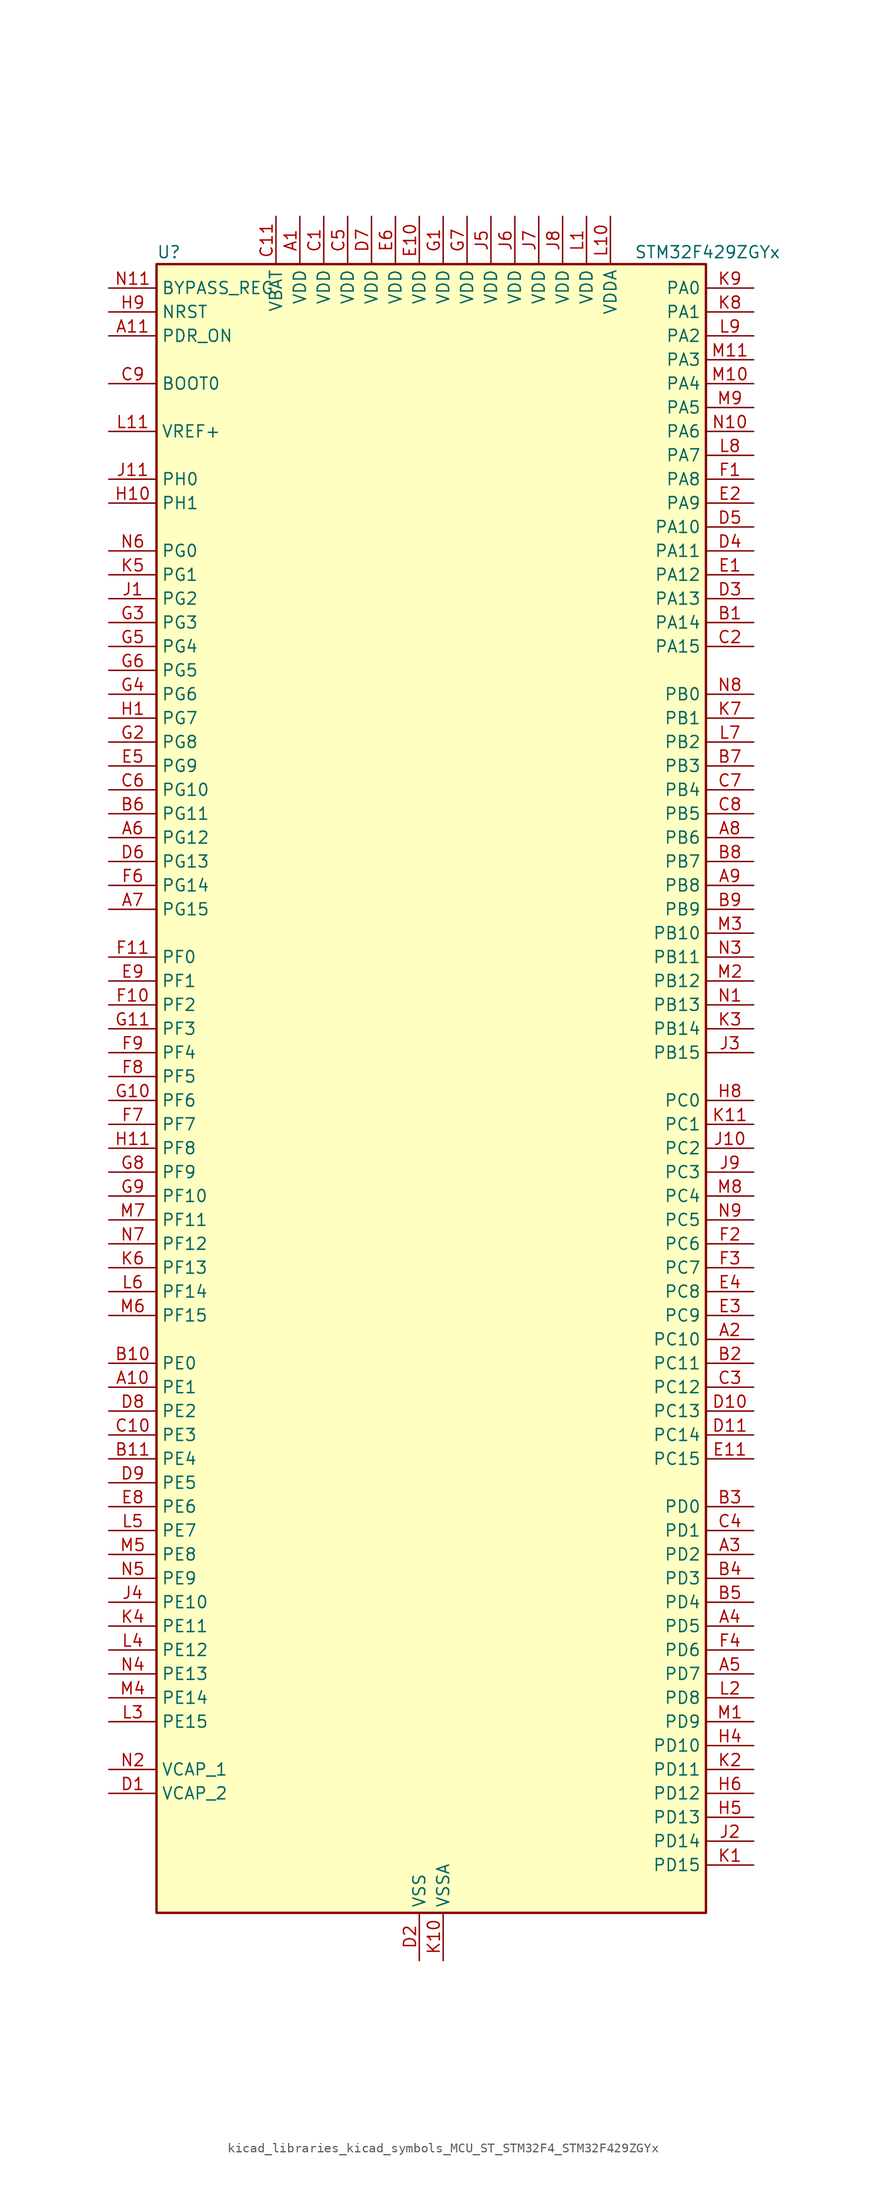
<source format=kicad_sym>
(kicad_symbol_lib
  (version 20220914)
  (generator kicad_symbol_editor)
  (symbol "kicad_libraries_kicad_symbols_MCU_ST_STM32F4_STM32F429ZGYx"
    (property "Reference" "U"
      (at -27.94 90.17 0)
      (effects (font (size 1.27 1.27)) (justify left)))
    (property "Value" "STM32F429ZGYx"
      (at 22.86 90.17 0)
      (effects (font (size 1.27 1.27)) (justify left)))
    (property "ki_locked" ""
      (at 0 0 0)
      (effects (font (size 1.27 1.27))))
    (symbol "kicad_libraries_kicad_symbols_MCU_ST_STM32F4_STM32F429ZGYx_0_1"
      (rectangle (start -27.94 -86.36) (end 30.48 88.9) (stroke (width 0.254) (type default)) (fill (type background))))
    (symbol "kicad_libraries_kicad_symbols_MCU_ST_STM32F4_STM32F429ZGYx_1_1"
      (pin power_in line (at -12.7 93.98 270) (length 5.08) (name "VDD" (effects (font (size 1.27 1.27)))) (number "A1" (effects (font (size 1.27 1.27)))))
      (pin bidirectional line (at -33.02 -30.48 0) (length 5.08) (name "PE1" (effects (font (size 1.27 1.27)))) (number "A10" (effects (font (size 1.27 1.27)))) (alternate "DCMI_D3" bidirectional line) (alternate "FMC_NBL1" bidirectional line) (alternate "UART8_TX" bidirectional line))
      (pin input line (at -33.02 81.28 0) (length 5.08) (name "PDR_ON" (effects (font (size 1.27 1.27)))) (number "A11" (effects (font (size 1.27 1.27)))))
      (pin bidirectional line (at 35.56 -25.4 180) (length 5.08) (name "PC10" (effects (font (size 1.27 1.27)))) (number "A2" (effects (font (size 1.27 1.27)))) (alternate "DCMI_D8" bidirectional line) (alternate "I2S3_CK" bidirectional line) (alternate "LTDC_R2" bidirectional line) (alternate "SDIO_D2" bidirectional line) (alternate "SPI3_SCK" bidirectional line) (alternate "UART4_TX" bidirectional line) (alternate "USART3_TX" bidirectional line))
      (pin bidirectional line (at 35.56 -48.26 180) (length 5.08) (name "PD2" (effects (font (size 1.27 1.27)))) (number "A3" (effects (font (size 1.27 1.27)))) (alternate "DCMI_D11" bidirectional line) (alternate "SDIO_CMD" bidirectional line) (alternate "TIM3_ETR" bidirectional line) (alternate "UART5_RX" bidirectional line))
      (pin bidirectional line (at 35.56 -55.88 180) (length 5.08) (name "PD5" (effects (font (size 1.27 1.27)))) (number "A4" (effects (font (size 1.27 1.27)))) (alternate "FMC_NWE" bidirectional line) (alternate "USART2_TX" bidirectional line))
      (pin bidirectional line (at 35.56 -60.96 180) (length 5.08) (name "PD7" (effects (font (size 1.27 1.27)))) (number "A5" (effects (font (size 1.27 1.27)))) (alternate "FMC_NCE2" bidirectional line) (alternate "FMC_NE1" bidirectional line) (alternate "USART2_CK" bidirectional line))
      (pin bidirectional line (at -33.02 27.94 0) (length 5.08) (name "PG12" (effects (font (size 1.27 1.27)))) (number "A6" (effects (font (size 1.27 1.27)))) (alternate "FMC_NE4" bidirectional line) (alternate "LTDC_B1" bidirectional line) (alternate "LTDC_B4" bidirectional line) (alternate "SPI6_MISO" bidirectional line) (alternate "USART6_RTS" bidirectional line))
      (pin bidirectional line (at -33.02 20.32 0) (length 5.08) (name "PG15" (effects (font (size 1.27 1.27)))) (number "A7" (effects (font (size 1.27 1.27)))) (alternate "ADC1_EXTI15" bidirectional line) (alternate "ADC2_EXTI15" bidirectional line) (alternate "ADC3_EXTI15" bidirectional line) (alternate "DCMI_D13" bidirectional line) (alternate "FMC_SDNCAS" bidirectional line) (alternate "USART6_CTS" bidirectional line))
      (pin bidirectional line (at 35.56 27.94 180) (length 5.08) (name "PB6" (effects (font (size 1.27 1.27)))) (number "A8" (effects (font (size 1.27 1.27)))) (alternate "CAN2_TX" bidirectional line) (alternate "DCMI_D5" bidirectional line) (alternate "FMC_SDNE1" bidirectional line) (alternate "I2C1_SCL" bidirectional line) (alternate "TIM4_CH1" bidirectional line) (alternate "USART1_TX" bidirectional line))
      (pin bidirectional line (at 35.56 22.86 180) (length 5.08) (name "PB8" (effects (font (size 1.27 1.27)))) (number "A9" (effects (font (size 1.27 1.27)))) (alternate "CAN1_RX" bidirectional line) (alternate "DCMI_D6" bidirectional line) (alternate "ETH_TXD3" bidirectional line) (alternate "I2C1_SCL" bidirectional line) (alternate "LTDC_B6" bidirectional line) (alternate "SDIO_D4" bidirectional line) (alternate "TIM10_CH1" bidirectional line) (alternate "TIM4_CH3" bidirectional line))
      (pin bidirectional line (at 35.56 50.8 180) (length 5.08) (name "PA14" (effects (font (size 1.27 1.27)))) (number "B1" (effects (font (size 1.27 1.27)))) (alternate "SYS_JTCK-SWCLK" bidirectional line))
      (pin bidirectional line (at -33.02 -27.94 0) (length 5.08) (name "PE0" (effects (font (size 1.27 1.27)))) (number "B10" (effects (font (size 1.27 1.27)))) (alternate "DCMI_D2" bidirectional line) (alternate "FMC_NBL0" bidirectional line) (alternate "TIM4_ETR" bidirectional line) (alternate "UART8_RX" bidirectional line))
      (pin bidirectional line (at -33.02 -38.1 0) (length 5.08) (name "PE4" (effects (font (size 1.27 1.27)))) (number "B11" (effects (font (size 1.27 1.27)))) (alternate "DCMI_D4" bidirectional line) (alternate "FMC_A20" bidirectional line) (alternate "LTDC_B0" bidirectional line) (alternate "SAI1_FS_A" bidirectional line) (alternate "SPI4_NSS" bidirectional line) (alternate "SYS_TRACED1" bidirectional line))
      (pin bidirectional line (at 35.56 -27.94 180) (length 5.08) (name "PC11" (effects (font (size 1.27 1.27)))) (number "B2" (effects (font (size 1.27 1.27)))) (alternate "ADC1_EXTI11" bidirectional line) (alternate "ADC2_EXTI11" bidirectional line) (alternate "ADC3_EXTI11" bidirectional line) (alternate "DCMI_D4" bidirectional line) (alternate "I2S3_ext_SD" bidirectional line) (alternate "SDIO_D3" bidirectional line) (alternate "SPI3_MISO" bidirectional line) (alternate "UART4_RX" bidirectional line) (alternate "USART3_RX" bidirectional line))
      (pin bidirectional line (at 35.56 -43.18 180) (length 5.08) (name "PD0" (effects (font (size 1.27 1.27)))) (number "B3" (effects (font (size 1.27 1.27)))) (alternate "CAN1_RX" bidirectional line) (alternate "FMC_D2" bidirectional line) (alternate "FMC_DA2" bidirectional line))
      (pin bidirectional line (at 35.56 -50.8 180) (length 5.08) (name "PD3" (effects (font (size 1.27 1.27)))) (number "B4" (effects (font (size 1.27 1.27)))) (alternate "DCMI_D5" bidirectional line) (alternate "FMC_CLK" bidirectional line) (alternate "I2S2_CK" bidirectional line) (alternate "LTDC_G7" bidirectional line) (alternate "SPI2_SCK" bidirectional line) (alternate "USART2_CTS" bidirectional line))
      (pin bidirectional line (at 35.56 -53.34 180) (length 5.08) (name "PD4" (effects (font (size 1.27 1.27)))) (number "B5" (effects (font (size 1.27 1.27)))) (alternate "FMC_NOE" bidirectional line) (alternate "USART2_RTS" bidirectional line))
      (pin bidirectional line (at -33.02 30.48 0) (length 5.08) (name "PG11" (effects (font (size 1.27 1.27)))) (number "B6" (effects (font (size 1.27 1.27)))) (alternate "ADC1_EXTI11" bidirectional line) (alternate "ADC2_EXTI11" bidirectional line) (alternate "ADC3_EXTI11" bidirectional line) (alternate "DCMI_D3" bidirectional line) (alternate "ETH_TX_EN" bidirectional line) (alternate "FMC_NCE4_2" bidirectional line) (alternate "LTDC_B3" bidirectional line))
      (pin bidirectional line (at 35.56 35.56 180) (length 5.08) (name "PB3" (effects (font (size 1.27 1.27)))) (number "B7" (effects (font (size 1.27 1.27)))) (alternate "I2S3_CK" bidirectional line) (alternate "SPI1_SCK" bidirectional line) (alternate "SPI3_SCK" bidirectional line) (alternate "SYS_JTDO-SWO" bidirectional line) (alternate "TIM2_CH2" bidirectional line))
      (pin bidirectional line (at 35.56 25.4 180) (length 5.08) (name "PB7" (effects (font (size 1.27 1.27)))) (number "B8" (effects (font (size 1.27 1.27)))) (alternate "DCMI_VSYNC" bidirectional line) (alternate "FMC_NL" bidirectional line) (alternate "I2C1_SDA" bidirectional line) (alternate "TIM4_CH2" bidirectional line) (alternate "USART1_RX" bidirectional line))
      (pin bidirectional line (at 35.56 20.32 180) (length 5.08) (name "PB9" (effects (font (size 1.27 1.27)))) (number "B9" (effects (font (size 1.27 1.27)))) (alternate "CAN1_TX" bidirectional line) (alternate "DAC_EXTI9" bidirectional line) (alternate "DCMI_D7" bidirectional line) (alternate "I2C1_SDA" bidirectional line) (alternate "I2S2_WS" bidirectional line) (alternate "LTDC_B7" bidirectional line) (alternate "SDIO_D5" bidirectional line) (alternate "SPI2_NSS" bidirectional line) (alternate "TIM11_CH1" bidirectional line) (alternate "TIM4_CH4" bidirectional line))
      (pin power_in line (at -10.16 93.98 270) (length 5.08) (name "VDD" (effects (font (size 1.27 1.27)))) (number "C1" (effects (font (size 1.27 1.27)))))
      (pin bidirectional line (at -33.02 -35.56 0) (length 5.08) (name "PE3" (effects (font (size 1.27 1.27)))) (number "C10" (effects (font (size 1.27 1.27)))) (alternate "FMC_A19" bidirectional line) (alternate "SAI1_SD_B" bidirectional line) (alternate "SYS_TRACED0" bidirectional line))
      (pin power_in line (at -15.24 93.98 270) (length 5.08) (name "VBAT" (effects (font (size 1.27 1.27)))) (number "C11" (effects (font (size 1.27 1.27)))))
      (pin bidirectional line (at 35.56 48.26 180) (length 5.08) (name "PA15" (effects (font (size 1.27 1.27)))) (number "C2" (effects (font (size 1.27 1.27)))) (alternate "ADC1_EXTI15" bidirectional line) (alternate "ADC2_EXTI15" bidirectional line) (alternate "ADC3_EXTI15" bidirectional line) (alternate "I2S3_WS" bidirectional line) (alternate "SPI1_NSS" bidirectional line) (alternate "SPI3_NSS" bidirectional line) (alternate "SYS_JTDI" bidirectional line) (alternate "TIM2_CH1" bidirectional line) (alternate "TIM2_ETR" bidirectional line))
      (pin bidirectional line (at 35.56 -30.48 180) (length 5.08) (name "PC12" (effects (font (size 1.27 1.27)))) (number "C3" (effects (font (size 1.27 1.27)))) (alternate "DCMI_D9" bidirectional line) (alternate "I2S3_SD" bidirectional line) (alternate "SDIO_CK" bidirectional line) (alternate "SPI3_MOSI" bidirectional line) (alternate "UART5_TX" bidirectional line) (alternate "USART3_CK" bidirectional line))
      (pin bidirectional line (at 35.56 -45.72 180) (length 5.08) (name "PD1" (effects (font (size 1.27 1.27)))) (number "C4" (effects (font (size 1.27 1.27)))) (alternate "CAN1_TX" bidirectional line) (alternate "FMC_D3" bidirectional line) (alternate "FMC_DA3" bidirectional line))
      (pin power_in line (at -7.62 93.98 270) (length 5.08) (name "VDD" (effects (font (size 1.27 1.27)))) (number "C5" (effects (font (size 1.27 1.27)))))
      (pin bidirectional line (at -33.02 33.02 0) (length 5.08) (name "PG10" (effects (font (size 1.27 1.27)))) (number "C6" (effects (font (size 1.27 1.27)))) (alternate "DCMI_D2" bidirectional line) (alternate "FMC_NCE4_1" bidirectional line) (alternate "FMC_NE3" bidirectional line) (alternate "LTDC_B2" bidirectional line) (alternate "LTDC_G3" bidirectional line))
      (pin bidirectional line (at 35.56 33.02 180) (length 5.08) (name "PB4" (effects (font (size 1.27 1.27)))) (number "C7" (effects (font (size 1.27 1.27)))) (alternate "I2S3_ext_SD" bidirectional line) (alternate "SPI1_MISO" bidirectional line) (alternate "SPI3_MISO" bidirectional line) (alternate "SYS_JTRST" bidirectional line) (alternate "TIM3_CH1" bidirectional line))
      (pin bidirectional line (at 35.56 30.48 180) (length 5.08) (name "PB5" (effects (font (size 1.27 1.27)))) (number "C8" (effects (font (size 1.27 1.27)))) (alternate "CAN2_RX" bidirectional line) (alternate "DCMI_D10" bidirectional line) (alternate "ETH_PPS_OUT" bidirectional line) (alternate "FMC_SDCKE1" bidirectional line) (alternate "I2C1_SMBA" bidirectional line) (alternate "I2S3_SD" bidirectional line) (alternate "SPI1_MOSI" bidirectional line) (alternate "SPI3_MOSI" bidirectional line) (alternate "TIM3_CH2" bidirectional line) (alternate "USB_OTG_HS_ULPI_D7" bidirectional line))
      (pin input line (at -33.02 76.2 0) (length 5.08) (name "BOOT0" (effects (font (size 1.27 1.27)))) (number "C9" (effects (font (size 1.27 1.27)))))
      (pin power_out line (at -33.02 -73.66 0) (length 5.08) (name "VCAP_2" (effects (font (size 1.27 1.27)))) (number "D1" (effects (font (size 1.27 1.27)))))
      (pin bidirectional line (at 35.56 -33.02 180) (length 5.08) (name "PC13" (effects (font (size 1.27 1.27)))) (number "D10" (effects (font (size 1.27 1.27)))) (alternate "RTC_AF1" bidirectional line))
      (pin bidirectional line (at 35.56 -35.56 180) (length 5.08) (name "PC14" (effects (font (size 1.27 1.27)))) (number "D11" (effects (font (size 1.27 1.27)))) (alternate "RCC_OSC32_IN" bidirectional line))
      (pin power_in line (at 0 -91.44 90) (length 5.08) (name "VSS" (effects (font (size 1.27 1.27)))) (number "D2" (effects (font (size 1.27 1.27)))))
      (pin bidirectional line (at 35.56 53.34 180) (length 5.08) (name "PA13" (effects (font (size 1.27 1.27)))) (number "D3" (effects (font (size 1.27 1.27)))) (alternate "SYS_JTMS-SWDIO" bidirectional line))
      (pin bidirectional line (at 35.56 58.42 180) (length 5.08) (name "PA11" (effects (font (size 1.27 1.27)))) (number "D4" (effects (font (size 1.27 1.27)))) (alternate "ADC1_EXTI11" bidirectional line) (alternate "ADC2_EXTI11" bidirectional line) (alternate "ADC3_EXTI11" bidirectional line) (alternate "CAN1_RX" bidirectional line) (alternate "LTDC_R4" bidirectional line) (alternate "TIM1_CH4" bidirectional line) (alternate "USART1_CTS" bidirectional line) (alternate "USB_OTG_FS_DM" bidirectional line))
      (pin bidirectional line (at 35.56 60.96 180) (length 5.08) (name "PA10" (effects (font (size 1.27 1.27)))) (number "D5" (effects (font (size 1.27 1.27)))) (alternate "DCMI_D1" bidirectional line) (alternate "TIM1_CH3" bidirectional line) (alternate "USART1_RX" bidirectional line) (alternate "USB_OTG_FS_ID" bidirectional line))
      (pin bidirectional line (at -33.02 25.4 0) (length 5.08) (name "PG13" (effects (font (size 1.27 1.27)))) (number "D6" (effects (font (size 1.27 1.27)))) (alternate "ETH_TXD0" bidirectional line) (alternate "FMC_A24" bidirectional line) (alternate "SPI6_SCK" bidirectional line) (alternate "USART6_CTS" bidirectional line))
      (pin power_in line (at -5.08 93.98 270) (length 5.08) (name "VDD" (effects (font (size 1.27 1.27)))) (number "D7" (effects (font (size 1.27 1.27)))))
      (pin bidirectional line (at -33.02 -33.02 0) (length 5.08) (name "PE2" (effects (font (size 1.27 1.27)))) (number "D8" (effects (font (size 1.27 1.27)))) (alternate "ETH_TXD3" bidirectional line) (alternate "FMC_A23" bidirectional line) (alternate "SAI1_MCLK_A" bidirectional line) (alternate "SPI4_SCK" bidirectional line) (alternate "SYS_TRACECLK" bidirectional line))
      (pin bidirectional line (at -33.02 -40.64 0) (length 5.08) (name "PE5" (effects (font (size 1.27 1.27)))) (number "D9" (effects (font (size 1.27 1.27)))) (alternate "DCMI_D6" bidirectional line) (alternate "FMC_A21" bidirectional line) (alternate "LTDC_G0" bidirectional line) (alternate "SAI1_SCK_A" bidirectional line) (alternate "SPI4_MISO" bidirectional line) (alternate "SYS_TRACED2" bidirectional line) (alternate "TIM9_CH1" bidirectional line))
      (pin bidirectional line (at 35.56 55.88 180) (length 5.08) (name "PA12" (effects (font (size 1.27 1.27)))) (number "E1" (effects (font (size 1.27 1.27)))) (alternate "CAN1_TX" bidirectional line) (alternate "LTDC_R5" bidirectional line) (alternate "TIM1_ETR" bidirectional line) (alternate "USART1_RTS" bidirectional line) (alternate "USB_OTG_FS_DP" bidirectional line))
      (pin power_in line (at 0 93.98 270) (length 5.08) (name "VDD" (effects (font (size 1.27 1.27)))) (number "E10" (effects (font (size 1.27 1.27)))))
      (pin bidirectional line (at 35.56 -38.1 180) (length 5.08) (name "PC15" (effects (font (size 1.27 1.27)))) (number "E11" (effects (font (size 1.27 1.27)))) (alternate "ADC1_EXTI15" bidirectional line) (alternate "ADC2_EXTI15" bidirectional line) (alternate "ADC3_EXTI15" bidirectional line) (alternate "RCC_OSC32_OUT" bidirectional line))
      (pin bidirectional line (at 35.56 63.5 180) (length 5.08) (name "PA9" (effects (font (size 1.27 1.27)))) (number "E2" (effects (font (size 1.27 1.27)))) (alternate "DAC_EXTI9" bidirectional line) (alternate "DCMI_D0" bidirectional line) (alternate "I2C3_SMBA" bidirectional line) (alternate "TIM1_CH2" bidirectional line) (alternate "USART1_TX" bidirectional line) (alternate "USB_OTG_FS_VBUS" bidirectional line))
      (pin bidirectional line (at 35.56 -22.86 180) (length 5.08) (name "PC9" (effects (font (size 1.27 1.27)))) (number "E3" (effects (font (size 1.27 1.27)))) (alternate "DAC_EXTI9" bidirectional line) (alternate "DCMI_D3" bidirectional line) (alternate "I2C3_SDA" bidirectional line) (alternate "I2S_CKIN" bidirectional line) (alternate "RCC_MCO_2" bidirectional line) (alternate "SDIO_D1" bidirectional line) (alternate "TIM3_CH4" bidirectional line) (alternate "TIM8_CH4" bidirectional line))
      (pin bidirectional line (at 35.56 -20.32 180) (length 5.08) (name "PC8" (effects (font (size 1.27 1.27)))) (number "E4" (effects (font (size 1.27 1.27)))) (alternate "DCMI_D2" bidirectional line) (alternate "SDIO_D0" bidirectional line) (alternate "TIM3_CH3" bidirectional line) (alternate "TIM8_CH3" bidirectional line) (alternate "USART6_CK" bidirectional line))
      (pin bidirectional line (at -33.02 35.56 0) (length 5.08) (name "PG9" (effects (font (size 1.27 1.27)))) (number "E5" (effects (font (size 1.27 1.27)))) (alternate "DAC_EXTI9" bidirectional line) (alternate "DCMI_VSYNC" bidirectional line) (alternate "FMC_NCE3" bidirectional line) (alternate "FMC_NE2" bidirectional line) (alternate "USART6_RX" bidirectional line))
      (pin power_in line (at -2.54 93.98 270) (length 5.08) (name "VDD" (effects (font (size 1.27 1.27)))) (number "E6" (effects (font (size 1.27 1.27)))))
      (pin passive line (at 0 -91.44 90) (length 5.08) hide (name "VSS" (effects (font (size 1.27 1.27)))) (number "E7" (effects (font (size 1.27 1.27)))))
      (pin bidirectional line (at -33.02 -43.18 0) (length 5.08) (name "PE6" (effects (font (size 1.27 1.27)))) (number "E8" (effects (font (size 1.27 1.27)))) (alternate "DCMI_D7" bidirectional line) (alternate "FMC_A22" bidirectional line) (alternate "LTDC_G1" bidirectional line) (alternate "SAI1_SD_A" bidirectional line) (alternate "SPI4_MOSI" bidirectional line) (alternate "SYS_TRACED3" bidirectional line) (alternate "TIM9_CH2" bidirectional line))
      (pin bidirectional line (at -33.02 12.7 0) (length 5.08) (name "PF1" (effects (font (size 1.27 1.27)))) (number "E9" (effects (font (size 1.27 1.27)))) (alternate "FMC_A1" bidirectional line) (alternate "I2C2_SCL" bidirectional line))
      (pin bidirectional line (at 35.56 66.04 180) (length 5.08) (name "PA8" (effects (font (size 1.27 1.27)))) (number "F1" (effects (font (size 1.27 1.27)))) (alternate "I2C3_SCL" bidirectional line) (alternate "LTDC_R6" bidirectional line) (alternate "RCC_MCO_1" bidirectional line) (alternate "TIM1_CH1" bidirectional line) (alternate "USART1_CK" bidirectional line) (alternate "USB_OTG_FS_SOF" bidirectional line))
      (pin bidirectional line (at -33.02 10.16 0) (length 5.08) (name "PF2" (effects (font (size 1.27 1.27)))) (number "F10" (effects (font (size 1.27 1.27)))) (alternate "FMC_A2" bidirectional line) (alternate "I2C2_SMBA" bidirectional line))
      (pin bidirectional line (at -33.02 15.24 0) (length 5.08) (name "PF0" (effects (font (size 1.27 1.27)))) (number "F11" (effects (font (size 1.27 1.27)))) (alternate "FMC_A0" bidirectional line) (alternate "I2C2_SDA" bidirectional line))
      (pin bidirectional line (at 35.56 -15.24 180) (length 5.08) (name "PC6" (effects (font (size 1.27 1.27)))) (number "F2" (effects (font (size 1.27 1.27)))) (alternate "DCMI_D0" bidirectional line) (alternate "I2S2_MCK" bidirectional line) (alternate "LTDC_HSYNC" bidirectional line) (alternate "SDIO_D6" bidirectional line) (alternate "TIM3_CH1" bidirectional line) (alternate "TIM8_CH1" bidirectional line) (alternate "USART6_TX" bidirectional line))
      (pin bidirectional line (at 35.56 -17.78 180) (length 5.08) (name "PC7" (effects (font (size 1.27 1.27)))) (number "F3" (effects (font (size 1.27 1.27)))) (alternate "DCMI_D1" bidirectional line) (alternate "I2S3_MCK" bidirectional line) (alternate "LTDC_G6" bidirectional line) (alternate "SDIO_D7" bidirectional line) (alternate "TIM3_CH2" bidirectional line) (alternate "TIM8_CH2" bidirectional line) (alternate "USART6_RX" bidirectional line))
      (pin bidirectional line (at 35.56 -58.42 180) (length 5.08) (name "PD6" (effects (font (size 1.27 1.27)))) (number "F4" (effects (font (size 1.27 1.27)))) (alternate "DCMI_D10" bidirectional line) (alternate "FMC_NWAIT" bidirectional line) (alternate "I2S3_SD" bidirectional line) (alternate "LTDC_B2" bidirectional line) (alternate "SAI1_SD_A" bidirectional line) (alternate "SPI3_MOSI" bidirectional line) (alternate "USART2_RX" bidirectional line))
      (pin passive line (at 0 -91.44 90) (length 5.08) hide (name "VSS" (effects (font (size 1.27 1.27)))) (number "F5" (effects (font (size 1.27 1.27)))))
      (pin bidirectional line (at -33.02 22.86 0) (length 5.08) (name "PG14" (effects (font (size 1.27 1.27)))) (number "F6" (effects (font (size 1.27 1.27)))) (alternate "ETH_TXD1" bidirectional line) (alternate "FMC_A25" bidirectional line) (alternate "SPI6_MOSI" bidirectional line) (alternate "USART6_TX" bidirectional line))
      (pin bidirectional line (at -33.02 -2.54 0) (length 5.08) (name "PF7" (effects (font (size 1.27 1.27)))) (number "F7" (effects (font (size 1.27 1.27)))) (alternate "ADC3_IN5" bidirectional line) (alternate "FMC_NREG" bidirectional line) (alternate "SAI1_MCLK_B" bidirectional line) (alternate "SPI5_SCK" bidirectional line) (alternate "TIM11_CH1" bidirectional line) (alternate "UART7_TX" bidirectional line))
      (pin bidirectional line (at -33.02 2.54 0) (length 5.08) (name "PF5" (effects (font (size 1.27 1.27)))) (number "F8" (effects (font (size 1.27 1.27)))) (alternate "ADC3_IN15" bidirectional line) (alternate "FMC_A5" bidirectional line))
      (pin bidirectional line (at -33.02 5.08 0) (length 5.08) (name "PF4" (effects (font (size 1.27 1.27)))) (number "F9" (effects (font (size 1.27 1.27)))) (alternate "ADC3_IN14" bidirectional line) (alternate "FMC_A4" bidirectional line))
      (pin power_in line (at 2.54 93.98 270) (length 5.08) (name "VDD" (effects (font (size 1.27 1.27)))) (number "G1" (effects (font (size 1.27 1.27)))))
      (pin bidirectional line (at -33.02 0 0) (length 5.08) (name "PF6" (effects (font (size 1.27 1.27)))) (number "G10" (effects (font (size 1.27 1.27)))) (alternate "ADC3_IN4" bidirectional line) (alternate "FMC_NIORD" bidirectional line) (alternate "SAI1_SD_B" bidirectional line) (alternate "SPI5_NSS" bidirectional line) (alternate "TIM10_CH1" bidirectional line) (alternate "UART7_RX" bidirectional line))
      (pin bidirectional line (at -33.02 7.62 0) (length 5.08) (name "PF3" (effects (font (size 1.27 1.27)))) (number "G11" (effects (font (size 1.27 1.27)))) (alternate "ADC3_IN9" bidirectional line) (alternate "FMC_A3" bidirectional line))
      (pin bidirectional line (at -33.02 38.1 0) (length 5.08) (name "PG8" (effects (font (size 1.27 1.27)))) (number "G2" (effects (font (size 1.27 1.27)))) (alternate "ETH_PPS_OUT" bidirectional line) (alternate "FMC_SDCLK" bidirectional line) (alternate "SPI6_NSS" bidirectional line) (alternate "USART6_RTS" bidirectional line))
      (pin bidirectional line (at -33.02 50.8 0) (length 5.08) (name "PG3" (effects (font (size 1.27 1.27)))) (number "G3" (effects (font (size 1.27 1.27)))) (alternate "FMC_A13" bidirectional line))
      (pin bidirectional line (at -33.02 43.18 0) (length 5.08) (name "PG6" (effects (font (size 1.27 1.27)))) (number "G4" (effects (font (size 1.27 1.27)))) (alternate "DCMI_D12" bidirectional line) (alternate "FMC_INT2" bidirectional line) (alternate "LTDC_R7" bidirectional line))
      (pin bidirectional line (at -33.02 48.26 0) (length 5.08) (name "PG4" (effects (font (size 1.27 1.27)))) (number "G5" (effects (font (size 1.27 1.27)))) (alternate "FMC_A14" bidirectional line) (alternate "FMC_BA0" bidirectional line))
      (pin bidirectional line (at -33.02 45.72 0) (length 5.08) (name "PG5" (effects (font (size 1.27 1.27)))) (number "G6" (effects (font (size 1.27 1.27)))) (alternate "FMC_A15" bidirectional line) (alternate "FMC_BA1" bidirectional line))
      (pin power_in line (at 5.08 93.98 270) (length 5.08) (name "VDD" (effects (font (size 1.27 1.27)))) (number "G7" (effects (font (size 1.27 1.27)))))
      (pin bidirectional line (at -33.02 -7.62 0) (length 5.08) (name "PF9" (effects (font (size 1.27 1.27)))) (number "G8" (effects (font (size 1.27 1.27)))) (alternate "ADC3_IN7" bidirectional line) (alternate "DAC_EXTI9" bidirectional line) (alternate "FMC_CD" bidirectional line) (alternate "SAI1_FS_B" bidirectional line) (alternate "SPI5_MOSI" bidirectional line) (alternate "TIM14_CH1" bidirectional line))
      (pin bidirectional line (at -33.02 -10.16 0) (length 5.08) (name "PF10" (effects (font (size 1.27 1.27)))) (number "G9" (effects (font (size 1.27 1.27)))) (alternate "ADC3_IN8" bidirectional line) (alternate "DCMI_D11" bidirectional line) (alternate "FMC_INTR" bidirectional line) (alternate "LTDC_DE" bidirectional line))
      (pin bidirectional line (at -33.02 40.64 0) (length 5.08) (name "PG7" (effects (font (size 1.27 1.27)))) (number "H1" (effects (font (size 1.27 1.27)))) (alternate "DCMI_D13" bidirectional line) (alternate "FMC_INT3" bidirectional line) (alternate "LTDC_CLK" bidirectional line) (alternate "USART6_CK" bidirectional line))
      (pin bidirectional line (at -33.02 63.5 0) (length 5.08) (name "PH1" (effects (font (size 1.27 1.27)))) (number "H10" (effects (font (size 1.27 1.27)))) (alternate "RCC_OSC_OUT" bidirectional line))
      (pin bidirectional line (at -33.02 -5.08 0) (length 5.08) (name "PF8" (effects (font (size 1.27 1.27)))) (number "H11" (effects (font (size 1.27 1.27)))) (alternate "ADC3_IN6" bidirectional line) (alternate "FMC_NIOWR" bidirectional line) (alternate "SAI1_SCK_B" bidirectional line) (alternate "SPI5_MISO" bidirectional line) (alternate "TIM13_CH1" bidirectional line))
      (pin passive line (at 0 -91.44 90) (length 5.08) hide (name "VSS" (effects (font (size 1.27 1.27)))) (number "H2" (effects (font (size 1.27 1.27)))))
      (pin passive line (at 0 -91.44 90) (length 5.08) hide (name "VSS" (effects (font (size 1.27 1.27)))) (number "H3" (effects (font (size 1.27 1.27)))))
      (pin bidirectional line (at 35.56 -68.58 180) (length 5.08) (name "PD10" (effects (font (size 1.27 1.27)))) (number "H4" (effects (font (size 1.27 1.27)))) (alternate "FMC_D15" bidirectional line) (alternate "FMC_DA15" bidirectional line) (alternate "LTDC_B3" bidirectional line) (alternate "USART3_CK" bidirectional line))
      (pin bidirectional line (at 35.56 -76.2 180) (length 5.08) (name "PD13" (effects (font (size 1.27 1.27)))) (number "H5" (effects (font (size 1.27 1.27)))) (alternate "FMC_A18" bidirectional line) (alternate "TIM4_CH2" bidirectional line))
      (pin bidirectional line (at 35.56 -73.66 180) (length 5.08) (name "PD12" (effects (font (size 1.27 1.27)))) (number "H6" (effects (font (size 1.27 1.27)))) (alternate "FMC_A17" bidirectional line) (alternate "FMC_ALE" bidirectional line) (alternate "TIM4_CH1" bidirectional line) (alternate "USART3_RTS" bidirectional line))
      (pin passive line (at 0 -91.44 90) (length 5.08) hide (name "VSS" (effects (font (size 1.27 1.27)))) (number "H7" (effects (font (size 1.27 1.27)))))
      (pin bidirectional line (at 35.56 0 180) (length 5.08) (name "PC0" (effects (font (size 1.27 1.27)))) (number "H8" (effects (font (size 1.27 1.27)))) (alternate "ADC1_IN10" bidirectional line) (alternate "ADC2_IN10" bidirectional line) (alternate "ADC3_IN10" bidirectional line) (alternate "FMC_SDNWE" bidirectional line) (alternate "USB_OTG_HS_ULPI_STP" bidirectional line))
      (pin input line (at -33.02 83.82 0) (length 5.08) (name "NRST" (effects (font (size 1.27 1.27)))) (number "H9" (effects (font (size 1.27 1.27)))))
      (pin bidirectional line (at -33.02 53.34 0) (length 5.08) (name "PG2" (effects (font (size 1.27 1.27)))) (number "J1" (effects (font (size 1.27 1.27)))) (alternate "FMC_A12" bidirectional line))
      (pin bidirectional line (at 35.56 -5.08 180) (length 5.08) (name "PC2" (effects (font (size 1.27 1.27)))) (number "J10" (effects (font (size 1.27 1.27)))) (alternate "ADC1_IN12" bidirectional line) (alternate "ADC2_IN12" bidirectional line) (alternate "ADC3_IN12" bidirectional line) (alternate "ETH_TXD2" bidirectional line) (alternate "FMC_SDNE0" bidirectional line) (alternate "I2S2_ext_SD" bidirectional line) (alternate "SPI2_MISO" bidirectional line) (alternate "USB_OTG_HS_ULPI_DIR" bidirectional line))
      (pin bidirectional line (at -33.02 66.04 0) (length 5.08) (name "PH0" (effects (font (size 1.27 1.27)))) (number "J11" (effects (font (size 1.27 1.27)))) (alternate "RCC_OSC_IN" bidirectional line))
      (pin bidirectional line (at 35.56 -78.74 180) (length 5.08) (name "PD14" (effects (font (size 1.27 1.27)))) (number "J2" (effects (font (size 1.27 1.27)))) (alternate "FMC_D0" bidirectional line) (alternate "FMC_DA0" bidirectional line) (alternate "TIM4_CH3" bidirectional line))
      (pin bidirectional line (at 35.56 5.08 180) (length 5.08) (name "PB15" (effects (font (size 1.27 1.27)))) (number "J3" (effects (font (size 1.27 1.27)))) (alternate "ADC1_EXTI15" bidirectional line) (alternate "ADC2_EXTI15" bidirectional line) (alternate "ADC3_EXTI15" bidirectional line) (alternate "I2S2_SD" bidirectional line) (alternate "RTC_REFIN" bidirectional line) (alternate "SPI2_MOSI" bidirectional line) (alternate "TIM12_CH2" bidirectional line) (alternate "TIM1_CH3N" bidirectional line) (alternate "TIM8_CH3N" bidirectional line) (alternate "USB_OTG_HS_DP" bidirectional line))
      (pin bidirectional line (at -33.02 -53.34 0) (length 5.08) (name "PE10" (effects (font (size 1.27 1.27)))) (number "J4" (effects (font (size 1.27 1.27)))) (alternate "FMC_D7" bidirectional line) (alternate "FMC_DA7" bidirectional line) (alternate "TIM1_CH2N" bidirectional line))
      (pin power_in line (at 7.62 93.98 270) (length 5.08) (name "VDD" (effects (font (size 1.27 1.27)))) (number "J5" (effects (font (size 1.27 1.27)))))
      (pin power_in line (at 10.16 93.98 270) (length 5.08) (name "VDD" (effects (font (size 1.27 1.27)))) (number "J6" (effects (font (size 1.27 1.27)))))
      (pin power_in line (at 12.7 93.98 270) (length 5.08) (name "VDD" (effects (font (size 1.27 1.27)))) (number "J7" (effects (font (size 1.27 1.27)))))
      (pin power_in line (at 15.24 93.98 270) (length 5.08) (name "VDD" (effects (font (size 1.27 1.27)))) (number "J8" (effects (font (size 1.27 1.27)))))
      (pin bidirectional line (at 35.56 -7.62 180) (length 5.08) (name "PC3" (effects (font (size 1.27 1.27)))) (number "J9" (effects (font (size 1.27 1.27)))) (alternate "ADC1_IN13" bidirectional line) (alternate "ADC2_IN13" bidirectional line) (alternate "ADC3_IN13" bidirectional line) (alternate "ETH_TX_CLK" bidirectional line) (alternate "FMC_SDCKE0" bidirectional line) (alternate "I2S2_SD" bidirectional line) (alternate "SPI2_MOSI" bidirectional line) (alternate "USB_OTG_HS_ULPI_NXT" bidirectional line))
      (pin bidirectional line (at 35.56 -81.28 180) (length 5.08) (name "PD15" (effects (font (size 1.27 1.27)))) (number "K1" (effects (font (size 1.27 1.27)))) (alternate "ADC1_EXTI15" bidirectional line) (alternate "ADC2_EXTI15" bidirectional line) (alternate "ADC3_EXTI15" bidirectional line) (alternate "FMC_D1" bidirectional line) (alternate "FMC_DA1" bidirectional line) (alternate "TIM4_CH4" bidirectional line))
      (pin power_in line (at 2.54 -91.44 90) (length 5.08) (name "VSSA" (effects (font (size 1.27 1.27)))) (number "K10" (effects (font (size 1.27 1.27)))))
      (pin bidirectional line (at 35.56 -2.54 180) (length 5.08) (name "PC1" (effects (font (size 1.27 1.27)))) (number "K11" (effects (font (size 1.27 1.27)))) (alternate "ADC1_IN11" bidirectional line) (alternate "ADC2_IN11" bidirectional line) (alternate "ADC3_IN11" bidirectional line) (alternate "ETH_MDC" bidirectional line))
      (pin bidirectional line (at 35.56 -71.12 180) (length 5.08) (name "PD11" (effects (font (size 1.27 1.27)))) (number "K2" (effects (font (size 1.27 1.27)))) (alternate "ADC1_EXTI11" bidirectional line) (alternate "ADC2_EXTI11" bidirectional line) (alternate "ADC3_EXTI11" bidirectional line) (alternate "FMC_A16" bidirectional line) (alternate "FMC_CLE" bidirectional line) (alternate "USART3_CTS" bidirectional line))
      (pin bidirectional line (at 35.56 7.62 180) (length 5.08) (name "PB14" (effects (font (size 1.27 1.27)))) (number "K3" (effects (font (size 1.27 1.27)))) (alternate "I2S2_ext_SD" bidirectional line) (alternate "SPI2_MISO" bidirectional line) (alternate "TIM12_CH1" bidirectional line) (alternate "TIM1_CH2N" bidirectional line) (alternate "TIM8_CH2N" bidirectional line) (alternate "USART3_RTS" bidirectional line) (alternate "USB_OTG_HS_DM" bidirectional line))
      (pin bidirectional line (at -33.02 -55.88 0) (length 5.08) (name "PE11" (effects (font (size 1.27 1.27)))) (number "K4" (effects (font (size 1.27 1.27)))) (alternate "ADC1_EXTI11" bidirectional line) (alternate "ADC2_EXTI11" bidirectional line) (alternate "ADC3_EXTI11" bidirectional line) (alternate "FMC_D8" bidirectional line) (alternate "FMC_DA8" bidirectional line) (alternate "LTDC_G3" bidirectional line) (alternate "SPI4_NSS" bidirectional line) (alternate "TIM1_CH2" bidirectional line))
      (pin bidirectional line (at -33.02 55.88 0) (length 5.08) (name "PG1" (effects (font (size 1.27 1.27)))) (number "K5" (effects (font (size 1.27 1.27)))) (alternate "FMC_A11" bidirectional line))
      (pin bidirectional line (at -33.02 -17.78 0) (length 5.08) (name "PF13" (effects (font (size 1.27 1.27)))) (number "K6" (effects (font (size 1.27 1.27)))) (alternate "FMC_A7" bidirectional line))
      (pin bidirectional line (at 35.56 40.64 180) (length 5.08) (name "PB1" (effects (font (size 1.27 1.27)))) (number "K7" (effects (font (size 1.27 1.27)))) (alternate "ADC1_IN9" bidirectional line) (alternate "ADC2_IN9" bidirectional line) (alternate "ETH_RXD3" bidirectional line) (alternate "LTDC_R6" bidirectional line) (alternate "TIM1_CH3N" bidirectional line) (alternate "TIM3_CH4" bidirectional line) (alternate "TIM8_CH3N" bidirectional line) (alternate "USB_OTG_HS_ULPI_D2" bidirectional line))
      (pin bidirectional line (at 35.56 83.82 180) (length 5.08) (name "PA1" (effects (font (size 1.27 1.27)))) (number "K8" (effects (font (size 1.27 1.27)))) (alternate "ADC1_IN1" bidirectional line) (alternate "ADC2_IN1" bidirectional line) (alternate "ADC3_IN1" bidirectional line) (alternate "ETH_REF_CLK" bidirectional line) (alternate "ETH_RX_CLK" bidirectional line) (alternate "TIM2_CH2" bidirectional line) (alternate "TIM5_CH2" bidirectional line) (alternate "UART4_RX" bidirectional line) (alternate "USART2_RTS" bidirectional line))
      (pin bidirectional line (at 35.56 86.36 180) (length 5.08) (name "PA0" (effects (font (size 1.27 1.27)))) (number "K9" (effects (font (size 1.27 1.27)))) (alternate "ADC1_IN0" bidirectional line) (alternate "ADC2_IN0" bidirectional line) (alternate "ADC3_IN0" bidirectional line) (alternate "ETH_CRS" bidirectional line) (alternate "SYS_WKUP" bidirectional line) (alternate "TIM2_CH1" bidirectional line) (alternate "TIM2_ETR" bidirectional line) (alternate "TIM5_CH1" bidirectional line) (alternate "TIM8_ETR" bidirectional line) (alternate "UART4_TX" bidirectional line) (alternate "USART2_CTS" bidirectional line))
      (pin power_in line (at 17.78 93.98 270) (length 5.08) (name "VDD" (effects (font (size 1.27 1.27)))) (number "L1" (effects (font (size 1.27 1.27)))))
      (pin power_in line (at 20.32 93.98 270) (length 5.08) (name "VDDA" (effects (font (size 1.27 1.27)))) (number "L10" (effects (font (size 1.27 1.27)))))
      (pin input line (at -33.02 71.12 0) (length 5.08) (name "VREF+" (effects (font (size 1.27 1.27)))) (number "L11" (effects (font (size 1.27 1.27)))))
      (pin bidirectional line (at 35.56 -63.5 180) (length 5.08) (name "PD8" (effects (font (size 1.27 1.27)))) (number "L2" (effects (font (size 1.27 1.27)))) (alternate "FMC_D13" bidirectional line) (alternate "FMC_DA13" bidirectional line) (alternate "USART3_TX" bidirectional line))
      (pin bidirectional line (at -33.02 -66.04 0) (length 5.08) (name "PE15" (effects (font (size 1.27 1.27)))) (number "L3" (effects (font (size 1.27 1.27)))) (alternate "ADC1_EXTI15" bidirectional line) (alternate "ADC2_EXTI15" bidirectional line) (alternate "ADC3_EXTI15" bidirectional line) (alternate "FMC_D12" bidirectional line) (alternate "FMC_DA12" bidirectional line) (alternate "LTDC_R7" bidirectional line) (alternate "TIM1_BKIN" bidirectional line))
      (pin bidirectional line (at -33.02 -58.42 0) (length 5.08) (name "PE12" (effects (font (size 1.27 1.27)))) (number "L4" (effects (font (size 1.27 1.27)))) (alternate "FMC_D9" bidirectional line) (alternate "FMC_DA9" bidirectional line) (alternate "LTDC_B4" bidirectional line) (alternate "SPI4_SCK" bidirectional line) (alternate "TIM1_CH3N" bidirectional line))
      (pin bidirectional line (at -33.02 -45.72 0) (length 5.08) (name "PE7" (effects (font (size 1.27 1.27)))) (number "L5" (effects (font (size 1.27 1.27)))) (alternate "FMC_D4" bidirectional line) (alternate "FMC_DA4" bidirectional line) (alternate "TIM1_ETR" bidirectional line) (alternate "UART7_RX" bidirectional line))
      (pin bidirectional line (at -33.02 -20.32 0) (length 5.08) (name "PF14" (effects (font (size 1.27 1.27)))) (number "L6" (effects (font (size 1.27 1.27)))) (alternate "FMC_A8" bidirectional line))
      (pin bidirectional line (at 35.56 38.1 180) (length 5.08) (name "PB2" (effects (font (size 1.27 1.27)))) (number "L7" (effects (font (size 1.27 1.27)))))
      (pin bidirectional line (at 35.56 68.58 180) (length 5.08) (name "PA7" (effects (font (size 1.27 1.27)))) (number "L8" (effects (font (size 1.27 1.27)))) (alternate "ADC1_IN7" bidirectional line) (alternate "ADC2_IN7" bidirectional line) (alternate "ETH_CRS_DV" bidirectional line) (alternate "ETH_RX_DV" bidirectional line) (alternate "SPI1_MOSI" bidirectional line) (alternate "TIM14_CH1" bidirectional line) (alternate "TIM1_CH1N" bidirectional line) (alternate "TIM3_CH2" bidirectional line) (alternate "TIM8_CH1N" bidirectional line))
      (pin bidirectional line (at 35.56 81.28 180) (length 5.08) (name "PA2" (effects (font (size 1.27 1.27)))) (number "L9" (effects (font (size 1.27 1.27)))) (alternate "ADC1_IN2" bidirectional line) (alternate "ADC2_IN2" bidirectional line) (alternate "ADC3_IN2" bidirectional line) (alternate "ETH_MDIO" bidirectional line) (alternate "TIM2_CH3" bidirectional line) (alternate "TIM5_CH3" bidirectional line) (alternate "TIM9_CH1" bidirectional line) (alternate "USART2_TX" bidirectional line))
      (pin bidirectional line (at 35.56 -66.04 180) (length 5.08) (name "PD9" (effects (font (size 1.27 1.27)))) (number "M1" (effects (font (size 1.27 1.27)))) (alternate "DAC_EXTI9" bidirectional line) (alternate "FMC_D14" bidirectional line) (alternate "FMC_DA14" bidirectional line) (alternate "USART3_RX" bidirectional line))
      (pin bidirectional line (at 35.56 76.2 180) (length 5.08) (name "PA4" (effects (font (size 1.27 1.27)))) (number "M10" (effects (font (size 1.27 1.27)))) (alternate "ADC1_IN4" bidirectional line) (alternate "ADC2_IN4" bidirectional line) (alternate "DAC_OUT1" bidirectional line) (alternate "DCMI_HSYNC" bidirectional line) (alternate "I2S3_WS" bidirectional line) (alternate "LTDC_VSYNC" bidirectional line) (alternate "SPI1_NSS" bidirectional line) (alternate "SPI3_NSS" bidirectional line) (alternate "USART2_CK" bidirectional line) (alternate "USB_OTG_HS_SOF" bidirectional line))
      (pin bidirectional line (at 35.56 78.74 180) (length 5.08) (name "PA3" (effects (font (size 1.27 1.27)))) (number "M11" (effects (font (size 1.27 1.27)))) (alternate "ADC1_IN3" bidirectional line) (alternate "ADC2_IN3" bidirectional line) (alternate "ADC3_IN3" bidirectional line) (alternate "ETH_COL" bidirectional line) (alternate "LTDC_B5" bidirectional line) (alternate "TIM2_CH4" bidirectional line) (alternate "TIM5_CH4" bidirectional line) (alternate "TIM9_CH2" bidirectional line) (alternate "USART2_RX" bidirectional line) (alternate "USB_OTG_HS_ULPI_D0" bidirectional line))
      (pin bidirectional line (at 35.56 12.7 180) (length 5.08) (name "PB12" (effects (font (size 1.27 1.27)))) (number "M2" (effects (font (size 1.27 1.27)))) (alternate "CAN2_RX" bidirectional line) (alternate "ETH_TXD0" bidirectional line) (alternate "I2C2_SMBA" bidirectional line) (alternate "I2S2_WS" bidirectional line) (alternate "SPI2_NSS" bidirectional line) (alternate "TIM1_BKIN" bidirectional line) (alternate "USART3_CK" bidirectional line) (alternate "USB_OTG_HS_ID" bidirectional line) (alternate "USB_OTG_HS_ULPI_D5" bidirectional line))
      (pin bidirectional line (at 35.56 17.78 180) (length 5.08) (name "PB10" (effects (font (size 1.27 1.27)))) (number "M3" (effects (font (size 1.27 1.27)))) (alternate "ETH_RX_ER" bidirectional line) (alternate "I2C2_SCL" bidirectional line) (alternate "I2S2_CK" bidirectional line) (alternate "LTDC_G4" bidirectional line) (alternate "SPI2_SCK" bidirectional line) (alternate "TIM2_CH3" bidirectional line) (alternate "USART3_TX" bidirectional line) (alternate "USB_OTG_HS_ULPI_D3" bidirectional line))
      (pin bidirectional line (at -33.02 -63.5 0) (length 5.08) (name "PE14" (effects (font (size 1.27 1.27)))) (number "M4" (effects (font (size 1.27 1.27)))) (alternate "FMC_D11" bidirectional line) (alternate "FMC_DA11" bidirectional line) (alternate "LTDC_CLK" bidirectional line) (alternate "SPI4_MOSI" bidirectional line) (alternate "TIM1_CH4" bidirectional line))
      (pin bidirectional line (at -33.02 -48.26 0) (length 5.08) (name "PE8" (effects (font (size 1.27 1.27)))) (number "M5" (effects (font (size 1.27 1.27)))) (alternate "FMC_D5" bidirectional line) (alternate "FMC_DA5" bidirectional line) (alternate "TIM1_CH1N" bidirectional line) (alternate "UART7_TX" bidirectional line))
      (pin bidirectional line (at -33.02 -22.86 0) (length 5.08) (name "PF15" (effects (font (size 1.27 1.27)))) (number "M6" (effects (font (size 1.27 1.27)))) (alternate "ADC1_EXTI15" bidirectional line) (alternate "ADC2_EXTI15" bidirectional line) (alternate "ADC3_EXTI15" bidirectional line) (alternate "FMC_A9" bidirectional line))
      (pin bidirectional line (at -33.02 -12.7 0) (length 5.08) (name "PF11" (effects (font (size 1.27 1.27)))) (number "M7" (effects (font (size 1.27 1.27)))) (alternate "ADC1_EXTI11" bidirectional line) (alternate "ADC2_EXTI11" bidirectional line) (alternate "ADC3_EXTI11" bidirectional line) (alternate "DCMI_D12" bidirectional line) (alternate "FMC_SDNRAS" bidirectional line) (alternate "SPI5_MOSI" bidirectional line))
      (pin bidirectional line (at 35.56 -10.16 180) (length 5.08) (name "PC4" (effects (font (size 1.27 1.27)))) (number "M8" (effects (font (size 1.27 1.27)))) (alternate "ADC1_IN14" bidirectional line) (alternate "ADC2_IN14" bidirectional line) (alternate "ETH_RXD0" bidirectional line))
      (pin bidirectional line (at 35.56 73.66 180) (length 5.08) (name "PA5" (effects (font (size 1.27 1.27)))) (number "M9" (effects (font (size 1.27 1.27)))) (alternate "ADC1_IN5" bidirectional line) (alternate "ADC2_IN5" bidirectional line) (alternate "DAC_OUT2" bidirectional line) (alternate "SPI1_SCK" bidirectional line) (alternate "TIM2_CH1" bidirectional line) (alternate "TIM2_ETR" bidirectional line) (alternate "TIM8_CH1N" bidirectional line) (alternate "USB_OTG_HS_ULPI_CK" bidirectional line))
      (pin bidirectional line (at 35.56 10.16 180) (length 5.08) (name "PB13" (effects (font (size 1.27 1.27)))) (number "N1" (effects (font (size 1.27 1.27)))) (alternate "CAN2_TX" bidirectional line) (alternate "ETH_TXD1" bidirectional line) (alternate "I2S2_CK" bidirectional line) (alternate "SPI2_SCK" bidirectional line) (alternate "TIM1_CH1N" bidirectional line) (alternate "USART3_CTS" bidirectional line) (alternate "USB_OTG_HS_ULPI_D6" bidirectional line) (alternate "USB_OTG_HS_VBUS" bidirectional line))
      (pin bidirectional line (at 35.56 71.12 180) (length 5.08) (name "PA6" (effects (font (size 1.27 1.27)))) (number "N10" (effects (font (size 1.27 1.27)))) (alternate "ADC1_IN6" bidirectional line) (alternate "ADC2_IN6" bidirectional line) (alternate "DCMI_PIXCLK" bidirectional line) (alternate "LTDC_G2" bidirectional line) (alternate "SPI1_MISO" bidirectional line) (alternate "TIM13_CH1" bidirectional line) (alternate "TIM1_BKIN" bidirectional line) (alternate "TIM3_CH1" bidirectional line) (alternate "TIM8_BKIN" bidirectional line))
      (pin input line (at -33.02 86.36 0) (length 5.08) (name "BYPASS_REG" (effects (font (size 1.27 1.27)))) (number "N11" (effects (font (size 1.27 1.27)))))
      (pin power_out line (at -33.02 -71.12 0) (length 5.08) (name "VCAP_1" (effects (font (size 1.27 1.27)))) (number "N2" (effects (font (size 1.27 1.27)))))
      (pin bidirectional line (at 35.56 15.24 180) (length 5.08) (name "PB11" (effects (font (size 1.27 1.27)))) (number "N3" (effects (font (size 1.27 1.27)))) (alternate "ADC1_EXTI11" bidirectional line) (alternate "ADC2_EXTI11" bidirectional line) (alternate "ADC3_EXTI11" bidirectional line) (alternate "ETH_TX_EN" bidirectional line) (alternate "I2C2_SDA" bidirectional line) (alternate "LTDC_G5" bidirectional line) (alternate "TIM2_CH4" bidirectional line) (alternate "USART3_RX" bidirectional line) (alternate "USB_OTG_HS_ULPI_D4" bidirectional line))
      (pin bidirectional line (at -33.02 -60.96 0) (length 5.08) (name "PE13" (effects (font (size 1.27 1.27)))) (number "N4" (effects (font (size 1.27 1.27)))) (alternate "FMC_D10" bidirectional line) (alternate "FMC_DA10" bidirectional line) (alternate "LTDC_DE" bidirectional line) (alternate "SPI4_MISO" bidirectional line) (alternate "TIM1_CH3" bidirectional line))
      (pin bidirectional line (at -33.02 -50.8 0) (length 5.08) (name "PE9" (effects (font (size 1.27 1.27)))) (number "N5" (effects (font (size 1.27 1.27)))) (alternate "DAC_EXTI9" bidirectional line) (alternate "FMC_D6" bidirectional line) (alternate "FMC_DA6" bidirectional line) (alternate "TIM1_CH1" bidirectional line))
      (pin bidirectional line (at -33.02 58.42 0) (length 5.08) (name "PG0" (effects (font (size 1.27 1.27)))) (number "N6" (effects (font (size 1.27 1.27)))) (alternate "FMC_A10" bidirectional line))
      (pin bidirectional line (at -33.02 -15.24 0) (length 5.08) (name "PF12" (effects (font (size 1.27 1.27)))) (number "N7" (effects (font (size 1.27 1.27)))) (alternate "FMC_A6" bidirectional line))
      (pin bidirectional line (at 35.56 43.18 180) (length 5.08) (name "PB0" (effects (font (size 1.27 1.27)))) (number "N8" (effects (font (size 1.27 1.27)))) (alternate "ADC1_IN8" bidirectional line) (alternate "ADC2_IN8" bidirectional line) (alternate "ETH_RXD2" bidirectional line) (alternate "LTDC_R3" bidirectional line) (alternate "TIM1_CH2N" bidirectional line) (alternate "TIM3_CH3" bidirectional line) (alternate "TIM8_CH2N" bidirectional line) (alternate "USB_OTG_HS_ULPI_D1" bidirectional line))
      (pin bidirectional line (at 35.56 -12.7 180) (length 5.08) (name "PC5" (effects (font (size 1.27 1.27)))) (number "N9" (effects (font (size 1.27 1.27)))) (alternate "ADC1_IN15" bidirectional line) (alternate "ADC2_IN15" bidirectional line) (alternate "ETH_RXD1" bidirectional line)))))
</source>
